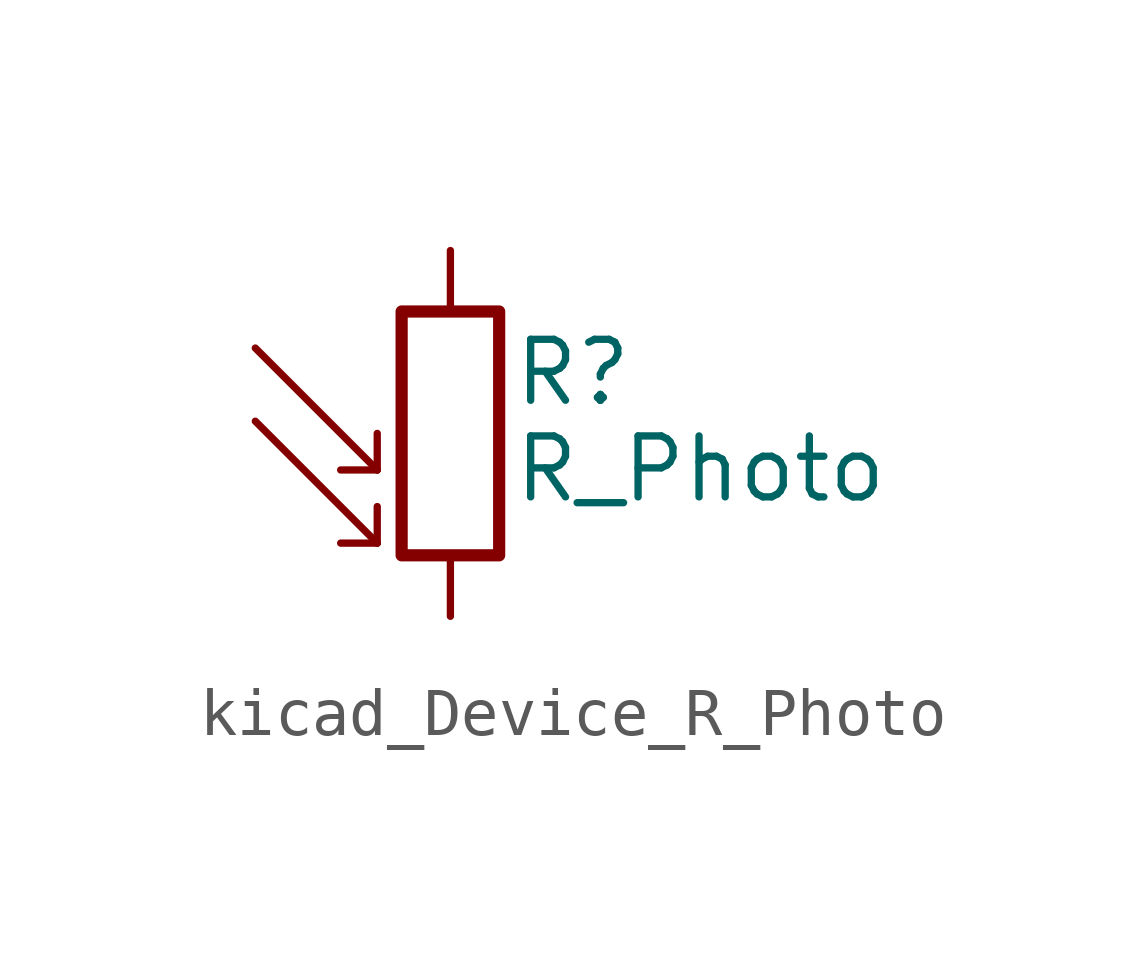
<source format=kicad_sym>
(kicad_symbol_lib
  (version 20220914)
  (generator kicad_symbol_editor)
  (symbol "kicad_Device_R_Photo"
    (pin_numbers hide)
    (pin_names
      (offset 0))
    (property "Reference" "R"
      (at 1.27 1.27 0)
      (effects (font (size 1.27 1.27)) (justify left)))
    (property "Value" "R_Photo"
      (at 1.27 0 0)
      (effects (font (size 1.27 1.27)) (justify left top)))
    (symbol "kicad_Device_R_Photo_0_1"
      (rectangle (start -1.016 2.54) (end 1.016 -2.54) (stroke (width 0.254) (type default)) (fill (type none)))
      (polyline (pts (xy -1.524 -2.286) (xy -4.064 0.254)) (stroke (width 0) (type default)) (fill (type none)))
      (polyline (pts (xy -1.524 -2.286) (xy -2.286 -2.286)) (stroke (width 0) (type default)) (fill (type none)))
      (polyline (pts (xy -1.524 -2.286) (xy -1.524 -1.524)) (stroke (width 0) (type default)) (fill (type none)))
      (polyline (pts (xy -1.524 -0.762) (xy -4.064 1.778)) (stroke (width 0) (type default)) (fill (type none)))
      (polyline (pts (xy -1.524 -0.762) (xy -2.286 -0.762)) (stroke (width 0) (type default)) (fill (type none)))
      (polyline (pts (xy -1.524 -0.762) (xy -1.524 0)) (stroke (width 0) (type default)) (fill (type none))))
    (symbol "kicad_Device_R_Photo_1_1"
      (pin passive line (at 0 3.81 270) (length 1.27) (name "~" (effects (font (size 1.27 1.27)))) (number "1" (effects (font (size 1.27 1.27)))))
      (pin passive line (at 0 -3.81 90) (length 1.27) (name "~" (effects (font (size 1.27 1.27)))) (number "2" (effects (font (size 1.27 1.27))))))))
</source>
